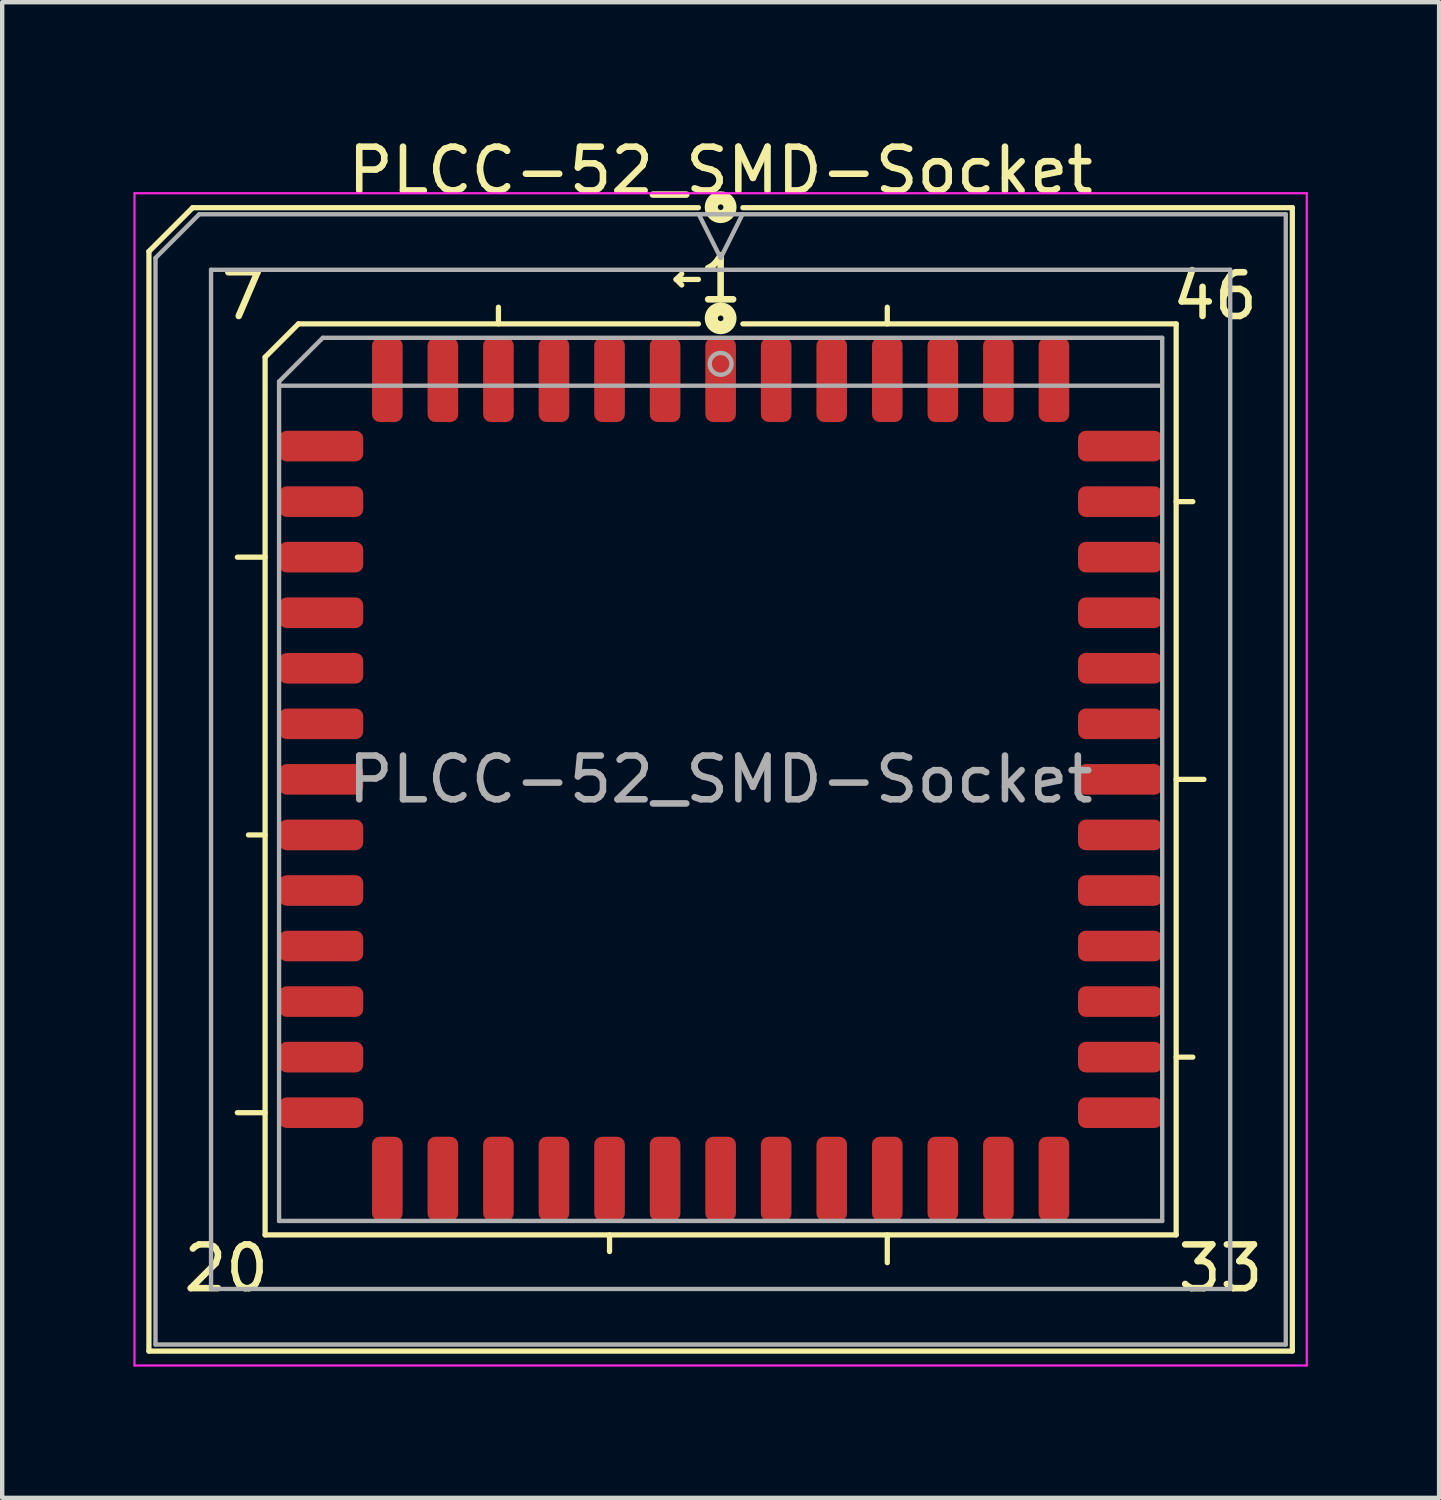
<source format=kicad_pcb>
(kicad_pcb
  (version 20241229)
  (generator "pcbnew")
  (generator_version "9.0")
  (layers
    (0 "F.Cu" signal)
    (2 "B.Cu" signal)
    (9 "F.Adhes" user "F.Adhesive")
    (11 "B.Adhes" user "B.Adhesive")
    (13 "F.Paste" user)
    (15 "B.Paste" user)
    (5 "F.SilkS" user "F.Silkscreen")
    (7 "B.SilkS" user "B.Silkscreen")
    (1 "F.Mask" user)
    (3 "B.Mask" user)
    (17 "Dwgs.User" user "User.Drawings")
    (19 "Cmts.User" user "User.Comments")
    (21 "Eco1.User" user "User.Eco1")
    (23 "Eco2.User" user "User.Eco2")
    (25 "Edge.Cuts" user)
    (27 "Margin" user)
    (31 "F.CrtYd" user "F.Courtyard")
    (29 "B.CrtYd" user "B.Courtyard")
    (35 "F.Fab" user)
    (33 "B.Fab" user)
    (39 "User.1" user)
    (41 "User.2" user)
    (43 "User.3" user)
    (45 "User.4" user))
  (footprint "PLCC-52_SMD-Socket"
    (layer "F.Cu")
    (at 13.425 14.768)
    (property "Reference" "PLCC-52_SMD-Socket" (at 0 -13.92 0) (layer "F.SilkS") (effects (font (size 1 1) (thickness 0.15))))
    (attr smd)
    (fp_line (start -13.07 -12.07) (end -13.07 13.07) (stroke (width 0.12) (type solid)) (layer "F.SilkS"))
    (fp_line (start -13.07 13.07) (end 13.07 13.07) (stroke (width 0.12) (type solid)) (layer "F.SilkS"))
    (fp_line (start -12.07 -13.07) (end -13.07 -12.07) (stroke (width 0.12) (type solid)) (layer "F.SilkS"))
    (fp_line (start -10.414 -9.652) (end -10.414 10.414) (stroke (width 0.12) (type solid)) (layer "F.SilkS"))
    (fp_line (start -10.414 -5.08) (end -11.049 -5.08) (stroke (width 0.12) (type solid)) (layer "F.SilkS"))
    (fp_line (start -10.414 1.27) (end -10.795 1.27) (stroke (width 0.12) (type solid)) (layer "F.SilkS"))
    (fp_line (start -10.414 7.62) (end -11.049 7.62) (stroke (width 0.12) (type solid)) (layer "F.SilkS"))
    (fp_line (start -10.414 10.414) (end 10.414 10.414) (stroke (width 0.12) (type solid)) (layer "F.SilkS"))
    (fp_line (start -9.652 -10.414) (end -10.414 -9.652) (stroke (width 0.12) (type solid)) (layer "F.SilkS"))
    (fp_line (start -5.08 -10.414) (end -5.08 -10.795) (stroke (width 0.12) (type solid)) (layer "F.SilkS"))
    (fp_line (start -2.54 10.414) (end -2.54 10.795) (stroke (width 0.12) (type solid)) (layer "F.SilkS"))
    (fp_line (start -1.016 -11.43) (end -0.889 -11.557) (stroke (width 0.12) (type solid)) (layer "F.SilkS"))
    (fp_line (start -1.016 -11.43) (end -0.889 -11.303) (stroke (width 0.12) (type solid)) (layer "F.SilkS"))
    (fp_line (start -0.508 -13.07) (end -12.07 -13.07) (stroke (width 0.12) (type solid)) (layer "F.SilkS"))
    (fp_line (start -0.508 -11.43) (end -1.016 -11.43) (stroke (width 0.12) (type solid)) (layer "F.SilkS"))
    (fp_line (start -0.508 -10.414) (end -9.652 -10.414) (stroke (width 0.12) (type solid)) (layer "F.SilkS"))
    (fp_line (start 3.81 -10.414) (end 3.81 -10.795) (stroke (width 0.12) (type solid)) (layer "F.SilkS"))
    (fp_line (start 3.81 10.414) (end 3.81 11.049) (stroke (width 0.12) (type solid)) (layer "F.SilkS"))
    (fp_line (start 10.414 -10.414) (end 0.508 -10.414) (stroke (width 0.12) (type solid)) (layer "F.SilkS"))
    (fp_line (start 10.414 -6.35) (end 10.795 -6.35) (stroke (width 0.12) (type solid)) (layer "F.SilkS"))
    (fp_line (start 10.414 0) (end 11.049 0) (stroke (width 0.12) (type solid)) (layer "F.SilkS"))
    (fp_line (start 10.414 6.35) (end 10.795 6.35) (stroke (width 0.12) (type solid)) (layer "F.SilkS"))
    (fp_line (start 10.414 10.414) (end 10.414 -10.414) (stroke (width 0.12) (type solid)) (layer "F.SilkS"))
    (fp_line (start 13.07 -13.07) (end 0.508 -13.07) (stroke (width 0.12) (type solid)) (layer "F.SilkS"))
    (fp_line (start 13.07 13.07) (end 13.07 -13.07) (stroke (width 0.12) (type solid)) (layer "F.SilkS"))
    (fp_circle (center 0 -13.081) (end 0.064 -13.081) (stroke (width 0.3) (type solid)) (fill no) (layer "F.SilkS"))
    (fp_circle (center 0 -10.541) (end 0.064 -10.541) (stroke (width 0.3) (type solid)) (fill no) (layer "F.SilkS"))
    (fp_line (start -13.4 -13.4) (end -13.4 13.4) (stroke (width 0.05) (type solid)) (layer "F.CrtYd"))
    (fp_line (start -13.4 13.4) (end 13.4 13.4) (stroke (width 0.05) (type solid)) (layer "F.CrtYd"))
    (fp_line (start 13.4 -13.4) (end -13.4 -13.4) (stroke (width 0.05) (type solid)) (layer "F.CrtYd"))
    (fp_line (start 13.4 13.4) (end 13.4 -13.4) (stroke (width 0.05) (type solid)) (layer "F.CrtYd"))
    (fp_line (start -12.92 -11.92) (end -12.92 12.92) (stroke (width 0.1) (type solid)) (layer "F.Fab"))
    (fp_line (start -12.92 12.92) (end 12.92 12.92) (stroke (width 0.1) (type solid)) (layer "F.Fab"))
    (fp_line (start -11.92 -12.92) (end -12.92 -11.92) (stroke (width 0.1) (type solid)) (layer "F.Fab"))
    (fp_line (start -11.65 -11.65) (end -11.65 11.65) (stroke (width 0.1) (type solid)) (layer "F.Fab"))
    (fp_line (start -11.65 11.65) (end 11.65 11.65) (stroke (width 0.1) (type solid)) (layer "F.Fab"))
    (fp_line (start -10.095 -9.095) (end -10.095 10.095) (stroke (width 0.1) (type solid)) (layer "F.Fab"))
    (fp_line (start -10.095 10.095) (end 10.095 10.095) (stroke (width 0.1) (type solid)) (layer "F.Fab"))
    (fp_line (start -9.095 -10.095) (end -10.095 -9.095) (stroke (width 0.1) (type solid)) (layer "F.Fab"))
    (fp_line (start -0.5 -12.92) (end 0 -11.92) (stroke (width 0.1) (type solid)) (layer "F.Fab"))
    (fp_line (start 0 -11.92) (end 0.5 -12.92) (stroke (width 0.1) (type solid)) (layer "F.Fab"))
    (fp_line (start 10.05 -9) (end -10.05 -9) (stroke (width 0.1) (type solid)) (layer "F.Fab"))
    (fp_line (start 10.095 -10.095) (end -9.095 -10.095) (stroke (width 0.1) (type solid)) (layer "F.Fab"))
    (fp_line (start 10.095 10.095) (end 10.095 -10.095) (stroke (width 0.1) (type solid)) (layer "F.Fab"))
    (fp_line (start 11.65 -11.65) (end -11.65 -11.65) (stroke (width 0.1) (type solid)) (layer "F.Fab"))
    (fp_line (start 11.65 11.65) (end 11.65 -11.65) (stroke (width 0.1) (type solid)) (layer "F.Fab"))
    (fp_line (start 12.92 -12.92) (end -11.92 -12.92) (stroke (width 0.1) (type solid)) (layer "F.Fab"))
    (fp_line (start 12.92 12.92) (end 12.92 -12.92) (stroke (width 0.1) (type solid)) (layer "F.Fab"))
    (fp_circle (center 0 -9.5) (end 0.25 -9.5) (stroke (width 0.1) (type solid)) (fill no) (layer "F.Fab"))
    (fp_text user "46" (at 11.303 -11.049 0) (unlocked yes) (layer "F.SilkS") (effects (font (size 1 1) (thickness 0.15))))
    (fp_text user "7" (at -10.922 -11.049 0) (unlocked yes) (layer "F.SilkS") (effects (font (size 1 1) (thickness 0.15))))
    (fp_text user "1" (at 0 -11.43 0) (unlocked yes) (layer "F.SilkS") (effects (font (size 1 1) (thickness 0.15))))
    (fp_text user "33" (at 11.43 11.176 0) (unlocked yes) (layer "F.SilkS") (effects (font (size 1 1) (thickness 0.15))))
    (fp_text user "20" (at -11.303 11.176 0) (unlocked yes) (layer "F.SilkS") (effects (font (size 1 1) (thickness 0.15))))
    (fp_text user "${REFERENCE}" (at 0 0 0) (layer "F.Fab") (effects (font (size 1 1) (thickness 0.15))))
    (pad "1" smd roundrect (at 0 -9.133) (size 0.7 1.925) (layers "F.Cu" "F.Mask" "F.Paste") (roundrect_rratio 0.25))
    (pad "2" smd roundrect (at -1.27 -9.133) (size 0.7 1.925) (layers "F.Cu" "F.Mask" "F.Paste") (roundrect_rratio 0.25))
    (pad "3" smd roundrect (at -2.54 -9.133) (size 0.7 1.925) (layers "F.Cu" "F.Mask" "F.Paste") (roundrect_rratio 0.25))
    (pad "4" smd roundrect (at -3.81 -9.133) (size 0.7 1.925) (layers "F.Cu" "F.Mask" "F.Paste") (roundrect_rratio 0.25))
    (pad "5" smd roundrect (at -5.08 -9.133) (size 0.7 1.925) (layers "F.Cu" "F.Mask" "F.Paste") (roundrect_rratio 0.25))
    (pad "6" smd roundrect (at -6.35 -9.133) (size 0.7 1.925) (layers "F.Cu" "F.Mask" "F.Paste") (roundrect_rratio 0.25))
    (pad "7" smd roundrect (at -7.62 -9.133) (size 0.7 1.925) (layers "F.Cu" "F.Mask" "F.Paste") (roundrect_rratio 0.25))
    (pad "8" smd roundrect (at -9.133 -7.62) (size 1.925 0.7) (layers "F.Cu" "F.Mask" "F.Paste") (roundrect_rratio 0.25))
    (pad "9" smd roundrect (at -9.133 -6.35) (size 1.925 0.7) (layers "F.Cu" "F.Mask" "F.Paste") (roundrect_rratio 0.25))
    (pad "10" smd roundrect (at -9.133 -5.08) (size 1.925 0.7) (layers "F.Cu" "F.Mask" "F.Paste") (roundrect_rratio 0.25))
    (pad "11" smd roundrect (at -9.133 -3.81) (size 1.925 0.7) (layers "F.Cu" "F.Mask" "F.Paste") (roundrect_rratio 0.25))
    (pad "12" smd roundrect (at -9.133 -2.54) (size 1.925 0.7) (layers "F.Cu" "F.Mask" "F.Paste") (roundrect_rratio 0.25))
    (pad "13" smd roundrect (at -9.133 -1.27) (size 1.925 0.7) (layers "F.Cu" "F.Mask" "F.Paste") (roundrect_rratio 0.25))
    (pad "14" smd roundrect (at -9.133 0) (size 1.925 0.7) (layers "F.Cu" "F.Mask" "F.Paste") (roundrect_rratio 0.25))
    (pad "15" smd roundrect (at -9.133 1.27) (size 1.925 0.7) (layers "F.Cu" "F.Mask" "F.Paste") (roundrect_rratio 0.25))
    (pad "16" smd roundrect (at -9.133 2.54) (size 1.925 0.7) (layers "F.Cu" "F.Mask" "F.Paste") (roundrect_rratio 0.25))
    (pad "17" smd roundrect (at -9.133 3.81) (size 1.925 0.7) (layers "F.Cu" "F.Mask" "F.Paste") (roundrect_rratio 0.25))
    (pad "18" smd roundrect (at -9.133 5.08) (size 1.925 0.7) (layers "F.Cu" "F.Mask" "F.Paste") (roundrect_rratio 0.25))
    (pad "19" smd roundrect (at -9.133 6.35) (size 1.925 0.7) (layers "F.Cu" "F.Mask" "F.Paste") (roundrect_rratio 0.25))
    (pad "20" smd roundrect (at -9.133 7.62) (size 1.925 0.7) (layers "F.Cu" "F.Mask" "F.Paste") (roundrect_rratio 0.25))
    (pad "21" smd roundrect (at -7.62 9.133) (size 0.7 1.925) (layers "F.Cu" "F.Mask" "F.Paste") (roundrect_rratio 0.25))
    (pad "22" smd roundrect (at -6.35 9.133) (size 0.7 1.925) (layers "F.Cu" "F.Mask" "F.Paste") (roundrect_rratio 0.25))
    (pad "23" smd roundrect (at -5.08 9.133) (size 0.7 1.925) (layers "F.Cu" "F.Mask" "F.Paste") (roundrect_rratio 0.25))
    (pad "24" smd roundrect (at -3.81 9.133) (size 0.7 1.925) (layers "F.Cu" "F.Mask" "F.Paste") (roundrect_rratio 0.25))
    (pad "25" smd roundrect (at -2.54 9.133) (size 0.7 1.925) (layers "F.Cu" "F.Mask" "F.Paste") (roundrect_rratio 0.25))
    (pad "26" smd roundrect (at -1.27 9.133) (size 0.7 1.925) (layers "F.Cu" "F.Mask" "F.Paste") (roundrect_rratio 0.25))
    (pad "27" smd roundrect (at 0 9.133) (size 0.7 1.925) (layers "F.Cu" "F.Mask" "F.Paste") (roundrect_rratio 0.25))
    (pad "28" smd roundrect (at 1.27 9.133) (size 0.7 1.925) (layers "F.Cu" "F.Mask" "F.Paste") (roundrect_rratio 0.25))
    (pad "29" smd roundrect (at 2.54 9.133) (size 0.7 1.925) (layers "F.Cu" "F.Mask" "F.Paste") (roundrect_rratio 0.25))
    (pad "30" smd roundrect (at 3.81 9.133) (size 0.7 1.925) (layers "F.Cu" "F.Mask" "F.Paste") (roundrect_rratio 0.25))
    (pad "31" smd roundrect (at 5.08 9.133) (size 0.7 1.925) (layers "F.Cu" "F.Mask" "F.Paste") (roundrect_rratio 0.25))
    (pad "32" smd roundrect (at 6.35 9.133) (size 0.7 1.925) (layers "F.Cu" "F.Mask" "F.Paste") (roundrect_rratio 0.25))
    (pad "33" smd roundrect (at 7.62 9.133) (size 0.7 1.925) (layers "F.Cu" "F.Mask" "F.Paste") (roundrect_rratio 0.25))
    (pad "34" smd roundrect (at 9.133 7.62) (size 1.925 0.7) (layers "F.Cu" "F.Mask" "F.Paste") (roundrect_rratio 0.25))
    (pad "35" smd roundrect (at 9.133 6.35) (size 1.925 0.7) (layers "F.Cu" "F.Mask" "F.Paste") (roundrect_rratio 0.25))
    (pad "36" smd roundrect (at 9.133 5.08) (size 1.925 0.7) (layers "F.Cu" "F.Mask" "F.Paste") (roundrect_rratio 0.25))
    (pad "37" smd roundrect (at 9.133 3.81) (size 1.925 0.7) (layers "F.Cu" "F.Mask" "F.Paste") (roundrect_rratio 0.25))
    (pad "38" smd roundrect (at 9.133 2.54) (size 1.925 0.7) (layers "F.Cu" "F.Mask" "F.Paste") (roundrect_rratio 0.25))
    (pad "39" smd roundrect (at 9.133 1.27) (size 1.925 0.7) (layers "F.Cu" "F.Mask" "F.Paste") (roundrect_rratio 0.25))
    (pad "40" smd roundrect (at 9.133 0) (size 1.925 0.7) (layers "F.Cu" "F.Mask" "F.Paste") (roundrect_rratio 0.25))
    (pad "41" smd roundrect (at 9.133 -1.27) (size 1.925 0.7) (layers "F.Cu" "F.Mask" "F.Paste") (roundrect_rratio 0.25))
    (pad "42" smd roundrect (at 9.133 -2.54) (size 1.925 0.7) (layers "F.Cu" "F.Mask" "F.Paste") (roundrect_rratio 0.25))
    (pad "43" smd roundrect (at 9.133 -3.81) (size 1.925 0.7) (layers "F.Cu" "F.Mask" "F.Paste") (roundrect_rratio 0.25))
    (pad "44" smd roundrect (at 9.133 -5.08) (size 1.925 0.7) (layers "F.Cu" "F.Mask" "F.Paste") (roundrect_rratio 0.25))
    (pad "45" smd roundrect (at 9.133 -6.35) (size 1.925 0.7) (layers "F.Cu" "F.Mask" "F.Paste") (roundrect_rratio 0.25))
    (pad "46" smd roundrect (at 9.133 -7.62) (size 1.925 0.7) (layers "F.Cu" "F.Mask" "F.Paste") (roundrect_rratio 0.25))
    (pad "47" smd roundrect (at 7.62 -9.133) (size 0.7 1.925) (layers "F.Cu" "F.Mask" "F.Paste") (roundrect_rratio 0.25))
    (pad "48" smd roundrect (at 6.35 -9.133) (size 0.7 1.925) (layers "F.Cu" "F.Mask" "F.Paste") (roundrect_rratio 0.25))
    (pad "49" smd roundrect (at 5.08 -9.133) (size 0.7 1.925) (layers "F.Cu" "F.Mask" "F.Paste") (roundrect_rratio 0.25))
    (pad "50" smd roundrect (at 3.81 -9.133) (size 0.7 1.925) (layers "F.Cu" "F.Mask" "F.Paste") (roundrect_rratio 0.25))
    (pad "51" smd roundrect (at 2.54 -9.133) (size 0.7 1.925) (layers "F.Cu" "F.Mask" "F.Paste") (roundrect_rratio 0.25))
    (pad "52" smd roundrect (at 1.27 -9.133) (size 0.7 1.925) (layers "F.Cu" "F.Mask" "F.Paste") (roundrect_rratio 0.25)))
  (gr_rect
    (start -3 -3)
    (end 29.85 31.193)
    (stroke (width 0.1) (type default))
    (fill no)
    (layer "Edge.Cuts")))
</source>
